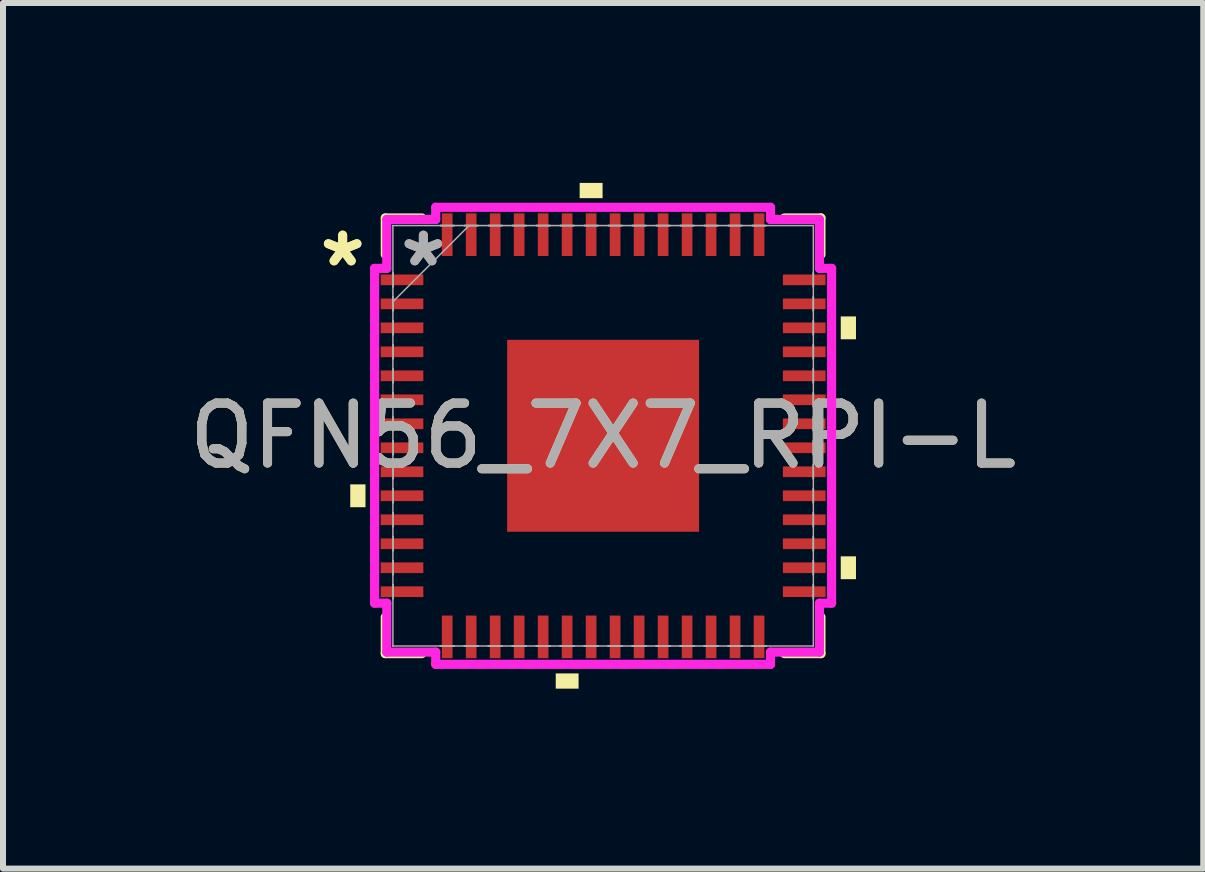
<source format=kicad_pcb>
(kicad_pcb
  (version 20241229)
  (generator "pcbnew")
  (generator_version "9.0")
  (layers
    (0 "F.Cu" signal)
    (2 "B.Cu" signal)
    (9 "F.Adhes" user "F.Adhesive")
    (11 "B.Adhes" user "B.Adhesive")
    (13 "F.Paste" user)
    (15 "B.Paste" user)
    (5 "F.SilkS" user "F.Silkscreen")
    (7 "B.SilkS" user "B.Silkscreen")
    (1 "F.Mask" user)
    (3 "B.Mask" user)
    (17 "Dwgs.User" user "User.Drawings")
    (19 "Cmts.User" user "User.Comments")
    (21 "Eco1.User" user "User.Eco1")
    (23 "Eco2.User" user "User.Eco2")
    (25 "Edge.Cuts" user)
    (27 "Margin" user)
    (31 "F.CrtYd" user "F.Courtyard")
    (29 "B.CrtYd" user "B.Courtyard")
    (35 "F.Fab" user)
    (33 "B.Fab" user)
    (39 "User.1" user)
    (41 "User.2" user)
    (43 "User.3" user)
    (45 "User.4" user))
  (footprint "QFN56_7X7_RPI-L"
    (layer "F.Cu")
    (at 7.006 4.216)
    (property "Reference" "QFN56_7X7_RPI-L" (at 0 0 0) (unlocked yes) (layer "F.SilkS") (effects (font (size 1 1) (thickness 0.15))))
    (attr smd)
    (fp_line (start -3.632 -3.632) (end -3.632 -3.022) (stroke (width 0.152) (type solid)) (layer "F.SilkS"))
    (fp_line (start -3.632 3.022) (end -3.632 3.632) (stroke (width 0.152) (type solid)) (layer "F.SilkS"))
    (fp_line (start -3.632 3.632) (end -3.022 3.632) (stroke (width 0.152) (type solid)) (layer "F.SilkS"))
    (fp_line (start -3.022 -3.632) (end -3.632 -3.632) (stroke (width 0.152) (type solid)) (layer "F.SilkS"))
    (fp_line (start 3.022 3.632) (end 3.632 3.632) (stroke (width 0.152) (type solid)) (layer "F.SilkS"))
    (fp_line (start 3.632 -3.632) (end 3.022 -3.632) (stroke (width 0.152) (type solid)) (layer "F.SilkS"))
    (fp_line (start 3.632 -3.022) (end 3.632 -3.632) (stroke (width 0.152) (type solid)) (layer "F.SilkS"))
    (fp_line (start 3.632 3.632) (end 3.632 3.022) (stroke (width 0.152) (type solid)) (layer "F.SilkS"))
    (fp_poly (pts (xy -4.216 0.81) (xy -4.216 1.191) (xy -3.962 1.191) (xy -3.962 0.81)) (stroke (width 0) (type solid)) (fill yes) (layer "F.SilkS"))
    (fp_poly (pts (xy -0.79 3.962) (xy -0.79 4.216) (xy -0.409 4.216) (xy -0.409 3.962)) (stroke (width 0) (type solid)) (fill yes) (layer "F.SilkS"))
    (fp_poly (pts (xy -0.391 -3.962) (xy -0.391 -4.216) (xy -0.009 -4.216) (xy -0.009 -3.962)) (stroke (width 0) (type solid)) (fill yes) (layer "F.SilkS"))
    (fp_poly (pts (xy 4.216 -1.99) (xy 4.216 -1.609) (xy 3.962 -1.609) (xy 3.962 -1.99)) (stroke (width 0) (type solid)) (fill yes) (layer "F.SilkS"))
    (fp_poly (pts (xy 4.216 2.01) (xy 4.216 2.391) (xy 3.962 2.391) (xy 3.962 2.01)) (stroke (width 0) (type solid)) (fill yes) (layer "F.SilkS"))
    (fp_poly (pts (xy -1.5 -1.5) (xy -1.5 -0.1) (xy -0.1 -0.1) (xy -0.1 -1.5)) (stroke (width 0) (type solid)) (fill yes) (layer "F.Paste"))
    (fp_poly (pts (xy -1.5 0.1) (xy -1.5 1.5) (xy -0.1 1.5) (xy -0.1 0.1)) (stroke (width 0) (type solid)) (fill yes) (layer "F.Paste"))
    (fp_poly (pts (xy 0.1 -1.5) (xy 0.1 -0.1) (xy 1.5 -0.1) (xy 1.5 -1.5)) (stroke (width 0) (type solid)) (fill yes) (layer "F.Paste"))
    (fp_poly (pts (xy 0.1 0.1) (xy 0.1 1.5) (xy 1.5 1.5) (xy 1.5 0.1)) (stroke (width 0) (type solid)) (fill yes) (layer "F.Paste"))
    (fp_line (start -3.81 -2.791) (end -3.607 -2.791) (stroke (width 0.152) (type solid)) (layer "F.CrtYd"))
    (fp_line (start -3.81 2.791) (end -3.81 -2.791) (stroke (width 0.152) (type solid)) (layer "F.CrtYd"))
    (fp_line (start -3.607 -3.607) (end -2.791 -3.607) (stroke (width 0.152) (type solid)) (layer "F.CrtYd"))
    (fp_line (start -3.607 -2.791) (end -3.607 -3.607) (stroke (width 0.152) (type solid)) (layer "F.CrtYd"))
    (fp_line (start -3.607 2.791) (end -3.81 2.791) (stroke (width 0.152) (type solid)) (layer "F.CrtYd"))
    (fp_line (start -3.607 3.607) (end -3.607 2.791) (stroke (width 0.152) (type solid)) (layer "F.CrtYd"))
    (fp_line (start -2.791 -3.81) (end 2.791 -3.81) (stroke (width 0.152) (type solid)) (layer "F.CrtYd"))
    (fp_line (start -2.791 -3.607) (end -2.791 -3.81) (stroke (width 0.152) (type solid)) (layer "F.CrtYd"))
    (fp_line (start -2.791 3.607) (end -3.607 3.607) (stroke (width 0.152) (type solid)) (layer "F.CrtYd"))
    (fp_line (start -2.791 3.81) (end -2.791 3.607) (stroke (width 0.152) (type solid)) (layer "F.CrtYd"))
    (fp_line (start 2.791 -3.81) (end 2.791 -3.607) (stroke (width 0.152) (type solid)) (layer "F.CrtYd"))
    (fp_line (start 2.791 -3.607) (end 3.607 -3.607) (stroke (width 0.152) (type solid)) (layer "F.CrtYd"))
    (fp_line (start 2.791 3.607) (end 2.791 3.81) (stroke (width 0.152) (type solid)) (layer "F.CrtYd"))
    (fp_line (start 2.791 3.81) (end -2.791 3.81) (stroke (width 0.152) (type solid)) (layer "F.CrtYd"))
    (fp_line (start 3.607 -3.607) (end 3.607 -2.791) (stroke (width 0.152) (type solid)) (layer "F.CrtYd"))
    (fp_line (start 3.607 -2.791) (end 3.81 -2.791) (stroke (width 0.152) (type solid)) (layer "F.CrtYd"))
    (fp_line (start 3.607 2.791) (end 3.607 3.607) (stroke (width 0.152) (type solid)) (layer "F.CrtYd"))
    (fp_line (start 3.607 3.607) (end 2.791 3.607) (stroke (width 0.152) (type solid)) (layer "F.CrtYd"))
    (fp_line (start 3.81 -2.791) (end 3.81 2.791) (stroke (width 0.152) (type solid)) (layer "F.CrtYd"))
    (fp_line (start 3.81 2.791) (end 3.607 2.791) (stroke (width 0.152) (type solid)) (layer "F.CrtYd"))
    (fp_line (start -3.505 -3.505) (end -3.505 -3.505) (stroke (width 0.025) (type solid)) (layer "F.Fab"))
    (fp_line (start -3.505 -3.505) (end -3.505 3.505) (stroke (width 0.025) (type solid)) (layer "F.Fab"))
    (fp_line (start -3.505 -2.714) (end -3.505 -2.714) (stroke (width 0.025) (type solid)) (layer "F.Fab"))
    (fp_line (start -3.505 -2.714) (end -3.505 -2.486) (stroke (width 0.025) (type solid)) (layer "F.Fab"))
    (fp_line (start -3.505 -2.486) (end -3.505 -2.714) (stroke (width 0.025) (type solid)) (layer "F.Fab"))
    (fp_line (start -3.505 -2.486) (end -3.505 -2.486) (stroke (width 0.025) (type solid)) (layer "F.Fab"))
    (fp_line (start -3.505 -2.314) (end -3.505 -2.314) (stroke (width 0.025) (type solid)) (layer "F.Fab"))
    (fp_line (start -3.505 -2.314) (end -3.505 -2.086) (stroke (width 0.025) (type solid)) (layer "F.Fab"))
    (fp_line (start -3.505 -2.235) (end -2.235 -3.505) (stroke (width 0.025) (type solid)) (layer "F.Fab"))
    (fp_line (start -3.505 -2.086) (end -3.505 -2.314) (stroke (width 0.025) (type solid)) (layer "F.Fab"))
    (fp_line (start -3.505 -2.086) (end -3.505 -2.086) (stroke (width 0.025) (type solid)) (layer "F.Fab"))
    (fp_line (start -3.505 -1.914) (end -3.505 -1.914) (stroke (width 0.025) (type solid)) (layer "F.Fab"))
    (fp_line (start -3.505 -1.914) (end -3.505 -1.686) (stroke (width 0.025) (type solid)) (layer "F.Fab"))
    (fp_line (start -3.505 -1.686) (end -3.505 -1.914) (stroke (width 0.025) (type solid)) (layer "F.Fab"))
    (fp_line (start -3.505 -1.686) (end -3.505 -1.686) (stroke (width 0.025) (type solid)) (layer "F.Fab"))
    (fp_line (start -3.505 -1.514) (end -3.505 -1.514) (stroke (width 0.025) (type solid)) (layer "F.Fab"))
    (fp_line (start -3.505 -1.514) (end -3.505 -1.286) (stroke (width 0.025) (type solid)) (layer "F.Fab"))
    (fp_line (start -3.505 -1.286) (end -3.505 -1.514) (stroke (width 0.025) (type solid)) (layer "F.Fab"))
    (fp_line (start -3.505 -1.286) (end -3.505 -1.286) (stroke (width 0.025) (type solid)) (layer "F.Fab"))
    (fp_line (start -3.505 -1.114) (end -3.505 -1.114) (stroke (width 0.025) (type solid)) (layer "F.Fab"))
    (fp_line (start -3.505 -1.114) (end -3.505 -0.886) (stroke (width 0.025) (type solid)) (layer "F.Fab"))
    (fp_line (start -3.505 -0.886) (end -3.505 -1.114) (stroke (width 0.025) (type solid)) (layer "F.Fab"))
    (fp_line (start -3.505 -0.886) (end -3.505 -0.886) (stroke (width 0.025) (type solid)) (layer "F.Fab"))
    (fp_line (start -3.505 -0.714) (end -3.505 -0.714) (stroke (width 0.025) (type solid)) (layer "F.Fab"))
    (fp_line (start -3.505 -0.714) (end -3.505 -0.486) (stroke (width 0.025) (type solid)) (layer "F.Fab"))
    (fp_line (start -3.505 -0.486) (end -3.505 -0.714) (stroke (width 0.025) (type solid)) (layer "F.Fab"))
    (fp_line (start -3.505 -0.486) (end -3.505 -0.486) (stroke (width 0.025) (type solid)) (layer "F.Fab"))
    (fp_line (start -3.505 -0.314) (end -3.505 -0.314) (stroke (width 0.025) (type solid)) (layer "F.Fab"))
    (fp_line (start -3.505 -0.314) (end -3.505 -0.086) (stroke (width 0.025) (type solid)) (layer "F.Fab"))
    (fp_line (start -3.505 -0.086) (end -3.505 -0.314) (stroke (width 0.025) (type solid)) (layer "F.Fab"))
    (fp_line (start -3.505 -0.086) (end -3.505 -0.086) (stroke (width 0.025) (type solid)) (layer "F.Fab"))
    (fp_line (start -3.505 0.086) (end -3.505 0.086) (stroke (width 0.025) (type solid)) (layer "F.Fab"))
    (fp_line (start -3.505 0.086) (end -3.505 0.314) (stroke (width 0.025) (type solid)) (layer "F.Fab"))
    (fp_line (start -3.505 0.314) (end -3.505 0.086) (stroke (width 0.025) (type solid)) (layer "F.Fab"))
    (fp_line (start -3.505 0.314) (end -3.505 0.314) (stroke (width 0.025) (type solid)) (layer "F.Fab"))
    (fp_line (start -3.505 0.486) (end -3.505 0.486) (stroke (width 0.025) (type solid)) (layer "F.Fab"))
    (fp_line (start -3.505 0.486) (end -3.505 0.714) (stroke (width 0.025) (type solid)) (layer "F.Fab"))
    (fp_line (start -3.505 0.714) (end -3.505 0.486) (stroke (width 0.025) (type solid)) (layer "F.Fab"))
    (fp_line (start -3.505 0.714) (end -3.505 0.714) (stroke (width 0.025) (type solid)) (layer "F.Fab"))
    (fp_line (start -3.505 0.886) (end -3.505 0.886) (stroke (width 0.025) (type solid)) (layer "F.Fab"))
    (fp_line (start -3.505 0.886) (end -3.505 1.114) (stroke (width 0.025) (type solid)) (layer "F.Fab"))
    (fp_line (start -3.505 1.114) (end -3.505 0.886) (stroke (width 0.025) (type solid)) (layer "F.Fab"))
    (fp_line (start -3.505 1.114) (end -3.505 1.114) (stroke (width 0.025) (type solid)) (layer "F.Fab"))
    (fp_line (start -3.505 1.286) (end -3.505 1.286) (stroke (width 0.025) (type solid)) (layer "F.Fab"))
    (fp_line (start -3.505 1.286) (end -3.505 1.514) (stroke (width 0.025) (type solid)) (layer "F.Fab"))
    (fp_line (start -3.505 1.514) (end -3.505 1.286) (stroke (width 0.025) (type solid)) (layer "F.Fab"))
    (fp_line (start -3.505 1.514) (end -3.505 1.514) (stroke (width 0.025) (type solid)) (layer "F.Fab"))
    (fp_line (start -3.505 1.686) (end -3.505 1.686) (stroke (width 0.025) (type solid)) (layer "F.Fab"))
    (fp_line (start -3.505 1.686) (end -3.505 1.914) (stroke (width 0.025) (type solid)) (layer "F.Fab"))
    (fp_line (start -3.505 1.914) (end -3.505 1.686) (stroke (width 0.025) (type solid)) (layer "F.Fab"))
    (fp_line (start -3.505 1.914) (end -3.505 1.914) (stroke (width 0.025) (type solid)) (layer "F.Fab"))
    (fp_line (start -3.505 2.086) (end -3.505 2.086) (stroke (width 0.025) (type solid)) (layer "F.Fab"))
    (fp_line (start -3.505 2.086) (end -3.505 2.314) (stroke (width 0.025) (type solid)) (layer "F.Fab"))
    (fp_line (start -3.505 2.314) (end -3.505 2.086) (stroke (width 0.025) (type solid)) (layer "F.Fab"))
    (fp_line (start -3.505 2.314) (end -3.505 2.314) (stroke (width 0.025) (type solid)) (layer "F.Fab"))
    (fp_line (start -3.505 2.486) (end -3.505 2.486) (stroke (width 0.025) (type solid)) (layer "F.Fab"))
    (fp_line (start -3.505 2.486) (end -3.505 2.714) (stroke (width 0.025) (type solid)) (layer "F.Fab"))
    (fp_line (start -3.505 2.714) (end -3.505 2.486) (stroke (width 0.025) (type solid)) (layer "F.Fab"))
    (fp_line (start -3.505 2.714) (end -3.505 2.714) (stroke (width 0.025) (type solid)) (layer "F.Fab"))
    (fp_line (start -3.505 3.505) (end -3.505 3.505) (stroke (width 0.025) (type solid)) (layer "F.Fab"))
    (fp_line (start -3.505 3.505) (end 3.505 3.505) (stroke (width 0.025) (type solid)) (layer "F.Fab"))
    (fp_line (start -2.714 -3.505) (end -2.714 -3.505) (stroke (width 0.025) (type solid)) (layer "F.Fab"))
    (fp_line (start -2.714 -3.505) (end -2.486 -3.505) (stroke (width 0.025) (type solid)) (layer "F.Fab"))
    (fp_line (start -2.714 3.505) (end -2.714 3.505) (stroke (width 0.025) (type solid)) (layer "F.Fab"))
    (fp_line (start -2.714 3.505) (end -2.486 3.505) (stroke (width 0.025) (type solid)) (layer "F.Fab"))
    (fp_line (start -2.486 -3.505) (end -2.714 -3.505) (stroke (width 0.025) (type solid)) (layer "F.Fab"))
    (fp_line (start -2.486 -3.505) (end -2.486 -3.505) (stroke (width 0.025) (type solid)) (layer "F.Fab"))
    (fp_line (start -2.486 3.505) (end -2.714 3.505) (stroke (width 0.025) (type solid)) (layer "F.Fab"))
    (fp_line (start -2.486 3.505) (end -2.486 3.505) (stroke (width 0.025) (type solid)) (layer "F.Fab"))
    (fp_line (start -2.314 -3.505) (end -2.314 -3.505) (stroke (width 0.025) (type solid)) (layer "F.Fab"))
    (fp_line (start -2.314 -3.505) (end -2.086 -3.505) (stroke (width 0.025) (type solid)) (layer "F.Fab"))
    (fp_line (start -2.314 3.505) (end -2.314 3.505) (stroke (width 0.025) (type solid)) (layer "F.Fab"))
    (fp_line (start -2.314 3.505) (end -2.086 3.505) (stroke (width 0.025) (type solid)) (layer "F.Fab"))
    (fp_line (start -2.086 -3.505) (end -2.314 -3.505) (stroke (width 0.025) (type solid)) (layer "F.Fab"))
    (fp_line (start -2.086 -3.505) (end -2.086 -3.505) (stroke (width 0.025) (type solid)) (layer "F.Fab"))
    (fp_line (start -2.086 3.505) (end -2.314 3.505) (stroke (width 0.025) (type solid)) (layer "F.Fab"))
    (fp_line (start -2.086 3.505) (end -2.086 3.505) (stroke (width 0.025) (type solid)) (layer "F.Fab"))
    (fp_line (start -1.914 -3.505) (end -1.914 -3.505) (stroke (width 0.025) (type solid)) (layer "F.Fab"))
    (fp_line (start -1.914 -3.505) (end -1.686 -3.505) (stroke (width 0.025) (type solid)) (layer "F.Fab"))
    (fp_line (start -1.914 3.505) (end -1.914 3.505) (stroke (width 0.025) (type solid)) (layer "F.Fab"))
    (fp_line (start -1.914 3.505) (end -1.686 3.505) (stroke (width 0.025) (type solid)) (layer "F.Fab"))
    (fp_line (start -1.686 -3.505) (end -1.914 -3.505) (stroke (width 0.025) (type solid)) (layer "F.Fab"))
    (fp_line (start -1.686 -3.505) (end -1.686 -3.505) (stroke (width 0.025) (type solid)) (layer "F.Fab"))
    (fp_line (start -1.686 3.505) (end -1.914 3.505) (stroke (width 0.025) (type solid)) (layer "F.Fab"))
    (fp_line (start -1.686 3.505) (end -1.686 3.505) (stroke (width 0.025) (type solid)) (layer "F.Fab"))
    (fp_line (start -1.514 -3.505) (end -1.514 -3.505) (stroke (width 0.025) (type solid)) (layer "F.Fab"))
    (fp_line (start -1.514 -3.505) (end -1.286 -3.505) (stroke (width 0.025) (type solid)) (layer "F.Fab"))
    (fp_line (start -1.514 3.505) (end -1.514 3.505) (stroke (width 0.025) (type solid)) (layer "F.Fab"))
    (fp_line (start -1.514 3.505) (end -1.286 3.505) (stroke (width 0.025) (type solid)) (layer "F.Fab"))
    (fp_line (start -1.286 -3.505) (end -1.514 -3.505) (stroke (width 0.025) (type solid)) (layer "F.Fab"))
    (fp_line (start -1.286 -3.505) (end -1.286 -3.505) (stroke (width 0.025) (type solid)) (layer "F.Fab"))
    (fp_line (start -1.286 3.505) (end -1.514 3.505) (stroke (width 0.025) (type solid)) (layer "F.Fab"))
    (fp_line (start -1.286 3.505) (end -1.286 3.505) (stroke (width 0.025) (type solid)) (layer "F.Fab"))
    (fp_line (start -1.114 -3.505) (end -1.114 -3.505) (stroke (width 0.025) (type solid)) (layer "F.Fab"))
    (fp_line (start -1.114 -3.505) (end -0.886 -3.505) (stroke (width 0.025) (type solid)) (layer "F.Fab"))
    (fp_line (start -1.114 3.505) (end -1.114 3.505) (stroke (width 0.025) (type solid)) (layer "F.Fab"))
    (fp_line (start -1.114 3.505) (end -0.886 3.505) (stroke (width 0.025) (type solid)) (layer "F.Fab"))
    (fp_line (start -0.886 -3.505) (end -1.114 -3.505) (stroke (width 0.025) (type solid)) (layer "F.Fab"))
    (fp_line (start -0.886 -3.505) (end -0.886 -3.505) (stroke (width 0.025) (type solid)) (layer "F.Fab"))
    (fp_line (start -0.886 3.505) (end -1.114 3.505) (stroke (width 0.025) (type solid)) (layer "F.Fab"))
    (fp_line (start -0.886 3.505) (end -0.886 3.505) (stroke (width 0.025) (type solid)) (layer "F.Fab"))
    (fp_line (start -0.714 -3.505) (end -0.714 -3.505) (stroke (width 0.025) (type solid)) (layer "F.Fab"))
    (fp_line (start -0.714 -3.505) (end -0.486 -3.505) (stroke (width 0.025) (type solid)) (layer "F.Fab"))
    (fp_line (start -0.714 3.505) (end -0.714 3.505) (stroke (width 0.025) (type solid)) (layer "F.Fab"))
    (fp_line (start -0.714 3.505) (end -0.486 3.505) (stroke (width 0.025) (type solid)) (layer "F.Fab"))
    (fp_line (start -0.486 -3.505) (end -0.714 -3.505) (stroke (width 0.025) (type solid)) (layer "F.Fab"))
    (fp_line (start -0.486 -3.505) (end -0.486 -3.505) (stroke (width 0.025) (type solid)) (layer "F.Fab"))
    (fp_line (start -0.486 3.505) (end -0.714 3.505) (stroke (width 0.025) (type solid)) (layer "F.Fab"))
    (fp_line (start -0.486 3.505) (end -0.486 3.505) (stroke (width 0.025) (type solid)) (layer "F.Fab"))
    (fp_line (start -0.314 -3.505) (end -0.314 -3.505) (stroke (width 0.025) (type solid)) (layer "F.Fab"))
    (fp_line (start -0.314 -3.505) (end -0.086 -3.505) (stroke (width 0.025) (type solid)) (layer "F.Fab"))
    (fp_line (start -0.314 3.505) (end -0.314 3.505) (stroke (width 0.025) (type solid)) (layer "F.Fab"))
    (fp_line (start -0.314 3.505) (end -0.086 3.505) (stroke (width 0.025) (type solid)) (layer "F.Fab"))
    (fp_line (start -0.086 -3.505) (end -0.314 -3.505) (stroke (width 0.025) (type solid)) (layer "F.Fab"))
    (fp_line (start -0.086 -3.505) (end -0.086 -3.505) (stroke (width 0.025) (type solid)) (layer "F.Fab"))
    (fp_line (start -0.086 3.505) (end -0.314 3.505) (stroke (width 0.025) (type solid)) (layer "F.Fab"))
    (fp_line (start -0.086 3.505) (end -0.086 3.505) (stroke (width 0.025) (type solid)) (layer "F.Fab"))
    (fp_line (start 0.086 -3.505) (end 0.086 -3.505) (stroke (width 0.025) (type solid)) (layer "F.Fab"))
    (fp_line (start 0.086 -3.505) (end 0.314 -3.505) (stroke (width 0.025) (type solid)) (layer "F.Fab"))
    (fp_line (start 0.086 3.505) (end 0.086 3.505) (stroke (width 0.025) (type solid)) (layer "F.Fab"))
    (fp_line (start 0.086 3.505) (end 0.314 3.505) (stroke (width 0.025) (type solid)) (layer "F.Fab"))
    (fp_line (start 0.314 -3.505) (end 0.086 -3.505) (stroke (width 0.025) (type solid)) (layer "F.Fab"))
    (fp_line (start 0.314 -3.505) (end 0.314 -3.505) (stroke (width 0.025) (type solid)) (layer "F.Fab"))
    (fp_line (start 0.314 3.505) (end 0.086 3.505) (stroke (width 0.025) (type solid)) (layer "F.Fab"))
    (fp_line (start 0.314 3.505) (end 0.314 3.505) (stroke (width 0.025) (type solid)) (layer "F.Fab"))
    (fp_line (start 0.486 -3.505) (end 0.486 -3.505) (stroke (width 0.025) (type solid)) (layer "F.Fab"))
    (fp_line (start 0.486 -3.505) (end 0.714 -3.505) (stroke (width 0.025) (type solid)) (layer "F.Fab"))
    (fp_line (start 0.486 3.505) (end 0.486 3.505) (stroke (width 0.025) (type solid)) (layer "F.Fab"))
    (fp_line (start 0.486 3.505) (end 0.714 3.505) (stroke (width 0.025) (type solid)) (layer "F.Fab"))
    (fp_line (start 0.714 -3.505) (end 0.486 -3.505) (stroke (width 0.025) (type solid)) (layer "F.Fab"))
    (fp_line (start 0.714 -3.505) (end 0.714 -3.505) (stroke (width 0.025) (type solid)) (layer "F.Fab"))
    (fp_line (start 0.714 3.505) (end 0.486 3.505) (stroke (width 0.025) (type solid)) (layer "F.Fab"))
    (fp_line (start 0.714 3.505) (end 0.714 3.505) (stroke (width 0.025) (type solid)) (layer "F.Fab"))
    (fp_line (start 0.886 -3.505) (end 0.886 -3.505) (stroke (width 0.025) (type solid)) (layer "F.Fab"))
    (fp_line (start 0.886 -3.505) (end 1.114 -3.505) (stroke (width 0.025) (type solid)) (layer "F.Fab"))
    (fp_line (start 0.886 3.505) (end 0.886 3.505) (stroke (width 0.025) (type solid)) (layer "F.Fab"))
    (fp_line (start 0.886 3.505) (end 1.114 3.505) (stroke (width 0.025) (type solid)) (layer "F.Fab"))
    (fp_line (start 1.114 -3.505) (end 0.886 -3.505) (stroke (width 0.025) (type solid)) (layer "F.Fab"))
    (fp_line (start 1.114 -3.505) (end 1.114 -3.505) (stroke (width 0.025) (type solid)) (layer "F.Fab"))
    (fp_line (start 1.114 3.505) (end 0.886 3.505) (stroke (width 0.025) (type solid)) (layer "F.Fab"))
    (fp_line (start 1.114 3.505) (end 1.114 3.505) (stroke (width 0.025) (type solid)) (layer "F.Fab"))
    (fp_line (start 1.286 -3.505) (end 1.286 -3.505) (stroke (width 0.025) (type solid)) (layer "F.Fab"))
    (fp_line (start 1.286 -3.505) (end 1.514 -3.505) (stroke (width 0.025) (type solid)) (layer "F.Fab"))
    (fp_line (start 1.286 3.505) (end 1.286 3.505) (stroke (width 0.025) (type solid)) (layer "F.Fab"))
    (fp_line (start 1.286 3.505) (end 1.514 3.505) (stroke (width 0.025) (type solid)) (layer "F.Fab"))
    (fp_line (start 1.514 -3.505) (end 1.286 -3.505) (stroke (width 0.025) (type solid)) (layer "F.Fab"))
    (fp_line (start 1.514 -3.505) (end 1.514 -3.505) (stroke (width 0.025) (type solid)) (layer "F.Fab"))
    (fp_line (start 1.514 3.505) (end 1.286 3.505) (stroke (width 0.025) (type solid)) (layer "F.Fab"))
    (fp_line (start 1.514 3.505) (end 1.514 3.505) (stroke (width 0.025) (type solid)) (layer "F.Fab"))
    (fp_line (start 1.686 -3.505) (end 1.686 -3.505) (stroke (width 0.025) (type solid)) (layer "F.Fab"))
    (fp_line (start 1.686 -3.505) (end 1.914 -3.505) (stroke (width 0.025) (type solid)) (layer "F.Fab"))
    (fp_line (start 1.686 3.505) (end 1.686 3.505) (stroke (width 0.025) (type solid)) (layer "F.Fab"))
    (fp_line (start 1.686 3.505) (end 1.914 3.505) (stroke (width 0.025) (type solid)) (layer "F.Fab"))
    (fp_line (start 1.914 -3.505) (end 1.686 -3.505) (stroke (width 0.025) (type solid)) (layer "F.Fab"))
    (fp_line (start 1.914 -3.505) (end 1.914 -3.505) (stroke (width 0.025) (type solid)) (layer "F.Fab"))
    (fp_line (start 1.914 3.505) (end 1.686 3.505) (stroke (width 0.025) (type solid)) (layer "F.Fab"))
    (fp_line (start 1.914 3.505) (end 1.914 3.505) (stroke (width 0.025) (type solid)) (layer "F.Fab"))
    (fp_line (start 2.086 -3.505) (end 2.086 -3.505) (stroke (width 0.025) (type solid)) (layer "F.Fab"))
    (fp_line (start 2.086 -3.505) (end 2.314 -3.505) (stroke (width 0.025) (type solid)) (layer "F.Fab"))
    (fp_line (start 2.086 3.505) (end 2.086 3.505) (stroke (width 0.025) (type solid)) (layer "F.Fab"))
    (fp_line (start 2.086 3.505) (end 2.314 3.505) (stroke (width 0.025) (type solid)) (layer "F.Fab"))
    (fp_line (start 2.314 -3.505) (end 2.086 -3.505) (stroke (width 0.025) (type solid)) (layer "F.Fab"))
    (fp_line (start 2.314 -3.505) (end 2.314 -3.505) (stroke (width 0.025) (type solid)) (layer "F.Fab"))
    (fp_line (start 2.314 3.505) (end 2.086 3.505) (stroke (width 0.025) (type solid)) (layer "F.Fab"))
    (fp_line (start 2.314 3.505) (end 2.314 3.505) (stroke (width 0.025) (type solid)) (layer "F.Fab"))
    (fp_line (start 2.486 -3.505) (end 2.486 -3.505) (stroke (width 0.025) (type solid)) (layer "F.Fab"))
    (fp_line (start 2.486 -3.505) (end 2.714 -3.505) (stroke (width 0.025) (type solid)) (layer "F.Fab"))
    (fp_line (start 2.486 3.505) (end 2.486 3.505) (stroke (width 0.025) (type solid)) (layer "F.Fab"))
    (fp_line (start 2.486 3.505) (end 2.714 3.505) (stroke (width 0.025) (type solid)) (layer "F.Fab"))
    (fp_line (start 2.714 -3.505) (end 2.486 -3.505) (stroke (width 0.025) (type solid)) (layer "F.Fab"))
    (fp_line (start 2.714 -3.505) (end 2.714 -3.505) (stroke (width 0.025) (type solid)) (layer "F.Fab"))
    (fp_line (start 2.714 3.505) (end 2.486 3.505) (stroke (width 0.025) (type solid)) (layer "F.Fab"))
    (fp_line (start 2.714 3.505) (end 2.714 3.505) (stroke (width 0.025) (type solid)) (layer "F.Fab"))
    (fp_line (start 3.505 -3.505) (end -3.505 -3.505) (stroke (width 0.025) (type solid)) (layer "F.Fab"))
    (fp_line (start 3.505 -3.505) (end 3.505 -3.505) (stroke (width 0.025) (type solid)) (layer "F.Fab"))
    (fp_line (start 3.505 -2.714) (end 3.505 -2.714) (stroke (width 0.025) (type solid)) (layer "F.Fab"))
    (fp_line (start 3.505 -2.714) (end 3.505 -2.486) (stroke (width 0.025) (type solid)) (layer "F.Fab"))
    (fp_line (start 3.505 -2.486) (end 3.505 -2.714) (stroke (width 0.025) (type solid)) (layer "F.Fab"))
    (fp_line (start 3.505 -2.486) (end 3.505 -2.486) (stroke (width 0.025) (type solid)) (layer "F.Fab"))
    (fp_line (start 3.505 -2.314) (end 3.505 -2.314) (stroke (width 0.025) (type solid)) (layer "F.Fab"))
    (fp_line (start 3.505 -2.314) (end 3.505 -2.086) (stroke (width 0.025) (type solid)) (layer "F.Fab"))
    (fp_line (start 3.505 -2.086) (end 3.505 -2.314) (stroke (width 0.025) (type solid)) (layer "F.Fab"))
    (fp_line (start 3.505 -2.086) (end 3.505 -2.086) (stroke (width 0.025) (type solid)) (layer "F.Fab"))
    (fp_line (start 3.505 -1.914) (end 3.505 -1.914) (stroke (width 0.025) (type solid)) (layer "F.Fab"))
    (fp_line (start 3.505 -1.914) (end 3.505 -1.686) (stroke (width 0.025) (type solid)) (layer "F.Fab"))
    (fp_line (start 3.505 -1.686) (end 3.505 -1.914) (stroke (width 0.025) (type solid)) (layer "F.Fab"))
    (fp_line (start 3.505 -1.686) (end 3.505 -1.686) (stroke (width 0.025) (type solid)) (layer "F.Fab"))
    (fp_line (start 3.505 -1.514) (end 3.505 -1.514) (stroke (width 0.025) (type solid)) (layer "F.Fab"))
    (fp_line (start 3.505 -1.514) (end 3.505 -1.286) (stroke (width 0.025) (type solid)) (layer "F.Fab"))
    (fp_line (start 3.505 -1.286) (end 3.505 -1.514) (stroke (width 0.025) (type solid)) (layer "F.Fab"))
    (fp_line (start 3.505 -1.286) (end 3.505 -1.286) (stroke (width 0.025) (type solid)) (layer "F.Fab"))
    (fp_line (start 3.505 -1.114) (end 3.505 -1.114) (stroke (width 0.025) (type solid)) (layer "F.Fab"))
    (fp_line (start 3.505 -1.114) (end 3.505 -0.886) (stroke (width 0.025) (type solid)) (layer "F.Fab"))
    (fp_line (start 3.505 -0.886) (end 3.505 -1.114) (stroke (width 0.025) (type solid)) (layer "F.Fab"))
    (fp_line (start 3.505 -0.886) (end 3.505 -0.886) (stroke (width 0.025) (type solid)) (layer "F.Fab"))
    (fp_line (start 3.505 -0.714) (end 3.505 -0.714) (stroke (width 0.025) (type solid)) (layer "F.Fab"))
    (fp_line (start 3.505 -0.714) (end 3.505 -0.486) (stroke (width 0.025) (type solid)) (layer "F.Fab"))
    (fp_line (start 3.505 -0.486) (end 3.505 -0.714) (stroke (width 0.025) (type solid)) (layer "F.Fab"))
    (fp_line (start 3.505 -0.486) (end 3.505 -0.486) (stroke (width 0.025) (type solid)) (layer "F.Fab"))
    (fp_line (start 3.505 -0.314) (end 3.505 -0.314) (stroke (width 0.025) (type solid)) (layer "F.Fab"))
    (fp_line (start 3.505 -0.314) (end 3.505 -0.086) (stroke (width 0.025) (type solid)) (layer "F.Fab"))
    (fp_line (start 3.505 -0.086) (end 3.505 -0.314) (stroke (width 0.025) (type solid)) (layer "F.Fab"))
    (fp_line (start 3.505 -0.086) (end 3.505 -0.086) (stroke (width 0.025) (type solid)) (layer "F.Fab"))
    (fp_line (start 3.505 0.086) (end 3.505 0.086) (stroke (width 0.025) (type solid)) (layer "F.Fab"))
    (fp_line (start 3.505 0.086) (end 3.505 0.314) (stroke (width 0.025) (type solid)) (layer "F.Fab"))
    (fp_line (start 3.505 0.314) (end 3.505 0.086) (stroke (width 0.025) (type solid)) (layer "F.Fab"))
    (fp_line (start 3.505 0.314) (end 3.505 0.314) (stroke (width 0.025) (type solid)) (layer "F.Fab"))
    (fp_line (start 3.505 0.486) (end 3.505 0.486) (stroke (width 0.025) (type solid)) (layer "F.Fab"))
    (fp_line (start 3.505 0.486) (end 3.505 0.714) (stroke (width 0.025) (type solid)) (layer "F.Fab"))
    (fp_line (start 3.505 0.714) (end 3.505 0.486) (stroke (width 0.025) (type solid)) (layer "F.Fab"))
    (fp_line (start 3.505 0.714) (end 3.505 0.714) (stroke (width 0.025) (type solid)) (layer "F.Fab"))
    (fp_line (start 3.505 0.886) (end 3.505 0.886) (stroke (width 0.025) (type solid)) (layer "F.Fab"))
    (fp_line (start 3.505 0.886) (end 3.505 1.114) (stroke (width 0.025) (type solid)) (layer "F.Fab"))
    (fp_line (start 3.505 1.114) (end 3.505 0.886) (stroke (width 0.025) (type solid)) (layer "F.Fab"))
    (fp_line (start 3.505 1.114) (end 3.505 1.114) (stroke (width 0.025) (type solid)) (layer "F.Fab"))
    (fp_line (start 3.505 1.286) (end 3.505 1.286) (stroke (width 0.025) (type solid)) (layer "F.Fab"))
    (fp_line (start 3.505 1.286) (end 3.505 1.514) (stroke (width 0.025) (type solid)) (layer "F.Fab"))
    (fp_line (start 3.505 1.514) (end 3.505 1.286) (stroke (width 0.025) (type solid)) (layer "F.Fab"))
    (fp_line (start 3.505 1.514) (end 3.505 1.514) (stroke (width 0.025) (type solid)) (layer "F.Fab"))
    (fp_line (start 3.505 1.686) (end 3.505 1.686) (stroke (width 0.025) (type solid)) (layer "F.Fab"))
    (fp_line (start 3.505 1.686) (end 3.505 1.914) (stroke (width 0.025) (type solid)) (layer "F.Fab"))
    (fp_line (start 3.505 1.914) (end 3.505 1.686) (stroke (width 0.025) (type solid)) (layer "F.Fab"))
    (fp_line (start 3.505 1.914) (end 3.505 1.914) (stroke (width 0.025) (type solid)) (layer "F.Fab"))
    (fp_line (start 3.505 2.086) (end 3.505 2.086) (stroke (width 0.025) (type solid)) (layer "F.Fab"))
    (fp_line (start 3.505 2.086) (end 3.505 2.314) (stroke (width 0.025) (type solid)) (layer "F.Fab"))
    (fp_line (start 3.505 2.314) (end 3.505 2.086) (stroke (width 0.025) (type solid)) (layer "F.Fab"))
    (fp_line (start 3.505 2.314) (end 3.505 2.314) (stroke (width 0.025) (type solid)) (layer "F.Fab"))
    (fp_line (start 3.505 2.486) (end 3.505 2.486) (stroke (width 0.025) (type solid)) (layer "F.Fab"))
    (fp_line (start 3.505 2.486) (end 3.505 2.714) (stroke (width 0.025) (type solid)) (layer "F.Fab"))
    (fp_line (start 3.505 2.714) (end 3.505 2.486) (stroke (width 0.025) (type solid)) (layer "F.Fab"))
    (fp_line (start 3.505 2.714) (end 3.505 2.714) (stroke (width 0.025) (type solid)) (layer "F.Fab"))
    (fp_line (start 3.505 3.505) (end 3.505 -3.505) (stroke (width 0.025) (type solid)) (layer "F.Fab"))
    (fp_line (start 3.505 3.505) (end 3.505 3.505) (stroke (width 0.025) (type solid)) (layer "F.Fab"))
    (fp_text user "*" (at -4.343 -2.8 0) (unlocked yes) (layer "F.SilkS") (effects (font (size 1 1) (thickness 0.15))))
    (fp_text user "*" (at -4.343 -2.8 0) (layer "F.SilkS") (effects (font (size 1 1) (thickness 0.15))))
    (fp_text user "*" (at -2.997 -2.8 0) (layer "F.Fab") (effects (font (size 1 1) (thickness 0.15))))
    (fp_text user "${REFERENCE}" (at 0 0 0) (unlocked yes) (layer "F.Fab") (effects (font (size 1 1) (thickness 0.15))))
    (fp_text user "*" (at -2.997 -2.8 0) (unlocked yes) (layer "F.Fab") (effects (font (size 1 1) (thickness 0.15))))
    (pad "1" smd rect (at -3.353 -2.6 90) (size 0.178 0.711) (layers "F.Cu" "F.Mask" "F.Paste"))
    (pad "2" smd rect (at -3.353 -2.2 90) (size 0.178 0.711) (layers "F.Cu" "F.Mask" "F.Paste"))
    (pad "3" smd rect (at -3.353 -1.8 90) (size 0.178 0.711) (layers "F.Cu" "F.Mask" "F.Paste"))
    (pad "4" smd rect (at -3.353 -1.4 90) (size 0.178 0.711) (layers "F.Cu" "F.Mask" "F.Paste"))
    (pad "5" smd rect (at -3.353 -1 90) (size 0.178 0.711) (layers "F.Cu" "F.Mask" "F.Paste"))
    (pad "6" smd rect (at -3.353 -0.6 90) (size 0.178 0.711) (layers "F.Cu" "F.Mask" "F.Paste"))
    (pad "7" smd rect (at -3.353 -0.2 90) (size 0.178 0.711) (layers "F.Cu" "F.Mask" "F.Paste"))
    (pad "8" smd rect (at -3.353 0.2 90) (size 0.178 0.711) (layers "F.Cu" "F.Mask" "F.Paste"))
    (pad "9" smd rect (at -3.353 0.6 90) (size 0.178 0.711) (layers "F.Cu" "F.Mask" "F.Paste"))
    (pad "10" smd rect (at -3.353 1 90) (size 0.178 0.711) (layers "F.Cu" "F.Mask" "F.Paste"))
    (pad "11" smd rect (at -3.353 1.4 90) (size 0.178 0.711) (layers "F.Cu" "F.Mask" "F.Paste"))
    (pad "12" smd rect (at -3.353 1.8 90) (size 0.178 0.711) (layers "F.Cu" "F.Mask" "F.Paste"))
    (pad "13" smd rect (at -3.353 2.2 90) (size 0.178 0.711) (layers "F.Cu" "F.Mask" "F.Paste"))
    (pad "14" smd rect (at -3.353 2.6 90) (size 0.178 0.711) (layers "F.Cu" "F.Mask" "F.Paste"))
    (pad "15" smd rect (at -2.6 3.353) (size 0.178 0.711) (layers "F.Cu" "F.Mask" "F.Paste"))
    (pad "16" smd rect (at -2.2 3.353) (size 0.178 0.711) (layers "F.Cu" "F.Mask" "F.Paste"))
    (pad "17" smd rect (at -1.8 3.353) (size 0.178 0.711) (layers "F.Cu" "F.Mask" "F.Paste"))
    (pad "18" smd rect (at -1.4 3.353) (size 0.178 0.711) (layers "F.Cu" "F.Mask" "F.Paste"))
    (pad "19" smd rect (at -1 3.353) (size 0.178 0.711) (layers "F.Cu" "F.Mask" "F.Paste"))
    (pad "20" smd rect (at -0.6 3.353) (size 0.178 0.711) (layers "F.Cu" "F.Mask" "F.Paste"))
    (pad "21" smd rect (at -0.2 3.353) (size 0.178 0.711) (layers "F.Cu" "F.Mask" "F.Paste"))
    (pad "22" smd rect (at 0.2 3.353) (size 0.178 0.711) (layers "F.Cu" "F.Mask" "F.Paste"))
    (pad "23" smd rect (at 0.6 3.353) (size 0.178 0.711) (layers "F.Cu" "F.Mask" "F.Paste"))
    (pad "24" smd rect (at 1 3.353) (size 0.178 0.711) (layers "F.Cu" "F.Mask" "F.Paste"))
    (pad "25" smd rect (at 1.4 3.353) (size 0.178 0.711) (layers "F.Cu" "F.Mask" "F.Paste"))
    (pad "26" smd rect (at 1.8 3.353) (size 0.178 0.711) (layers "F.Cu" "F.Mask" "F.Paste"))
    (pad "27" smd rect (at 2.2 3.353) (size 0.178 0.711) (layers "F.Cu" "F.Mask" "F.Paste"))
    (pad "28" smd rect (at 2.6 3.353) (size 0.178 0.711) (layers "F.Cu" "F.Mask" "F.Paste"))
    (pad "29" smd rect (at 3.353 2.6 90) (size 0.178 0.711) (layers "F.Cu" "F.Mask" "F.Paste"))
    (pad "30" smd rect (at 3.353 2.2 90) (size 0.178 0.711) (layers "F.Cu" "F.Mask" "F.Paste"))
    (pad "31" smd rect (at 3.353 1.8 90) (size 0.178 0.711) (layers "F.Cu" "F.Mask" "F.Paste"))
    (pad "32" smd rect (at 3.353 1.4 90) (size 0.178 0.711) (layers "F.Cu" "F.Mask" "F.Paste"))
    (pad "33" smd rect (at 3.353 1 90) (size 0.178 0.711) (layers "F.Cu" "F.Mask" "F.Paste"))
    (pad "34" smd rect (at 3.353 0.6 90) (size 0.178 0.711) (layers "F.Cu" "F.Mask" "F.Paste"))
    (pad "35" smd rect (at 3.353 0.2 90) (size 0.178 0.711) (layers "F.Cu" "F.Mask" "F.Paste"))
    (pad "36" smd rect (at 3.353 -0.2 90) (size 0.178 0.711) (layers "F.Cu" "F.Mask" "F.Paste"))
    (pad "37" smd rect (at 3.353 -0.6 90) (size 0.178 0.711) (layers "F.Cu" "F.Mask" "F.Paste"))
    (pad "38" smd rect (at 3.353 -1 90) (size 0.178 0.711) (layers "F.Cu" "F.Mask" "F.Paste"))
    (pad "39" smd rect (at 3.353 -1.4 90) (size 0.178 0.711) (layers "F.Cu" "F.Mask" "F.Paste"))
    (pad "40" smd rect (at 3.353 -1.8 90) (size 0.178 0.711) (layers "F.Cu" "F.Mask" "F.Paste"))
    (pad "41" smd rect (at 3.353 -2.2 90) (size 0.178 0.711) (layers "F.Cu" "F.Mask" "F.Paste"))
    (pad "42" smd rect (at 3.353 -2.6 90) (size 0.178 0.711) (layers "F.Cu" "F.Mask" "F.Paste"))
    (pad "43" smd rect (at 2.6 -3.353) (size 0.178 0.711) (layers "F.Cu" "F.Mask" "F.Paste"))
    (pad "44" smd rect (at 2.2 -3.353) (size 0.178 0.711) (layers "F.Cu" "F.Mask" "F.Paste"))
    (pad "45" smd rect (at 1.8 -3.353) (size 0.178 0.711) (layers "F.Cu" "F.Mask" "F.Paste"))
    (pad "46" smd rect (at 1.4 -3.353) (size 0.178 0.711) (layers "F.Cu" "F.Mask" "F.Paste"))
    (pad "47" smd rect (at 1 -3.353) (size 0.178 0.711) (layers "F.Cu" "F.Mask" "F.Paste"))
    (pad "48" smd rect (at 0.6 -3.353) (size 0.178 0.711) (layers "F.Cu" "F.Mask" "F.Paste"))
    (pad "49" smd rect (at 0.2 -3.353) (size 0.178 0.711) (layers "F.Cu" "F.Mask" "F.Paste"))
    (pad "50" smd rect (at -0.2 -3.353) (size 0.178 0.711) (layers "F.Cu" "F.Mask" "F.Paste"))
    (pad "51" smd rect (at -0.6 -3.353) (size 0.178 0.711) (layers "F.Cu" "F.Mask" "F.Paste"))
    (pad "52" smd rect (at -1 -3.353) (size 0.178 0.711) (layers "F.Cu" "F.Mask" "F.Paste"))
    (pad "53" smd rect (at -1.4 -3.353) (size 0.178 0.711) (layers "F.Cu" "F.Mask" "F.Paste"))
    (pad "54" smd rect (at -1.8 -3.353) (size 0.178 0.711) (layers "F.Cu" "F.Mask" "F.Paste"))
    (pad "55" smd rect (at -2.2 -3.353) (size 0.178 0.711) (layers "F.Cu" "F.Mask" "F.Paste"))
    (pad "56" smd rect (at -2.6 -3.353) (size 0.178 0.711) (layers "F.Cu" "F.Mask" "F.Paste"))
    (pad "57" smd rect (at 0 0) (size 3.2 3.2) (layers "F.Cu" "F.Mask" "F.Paste")))
  (gr_rect
    (start -3 -3)
    (end 17.012 11.433)
    (stroke (width 0.1) (type default))
    (fill no)
    (layer "Edge.Cuts")))
</source>
